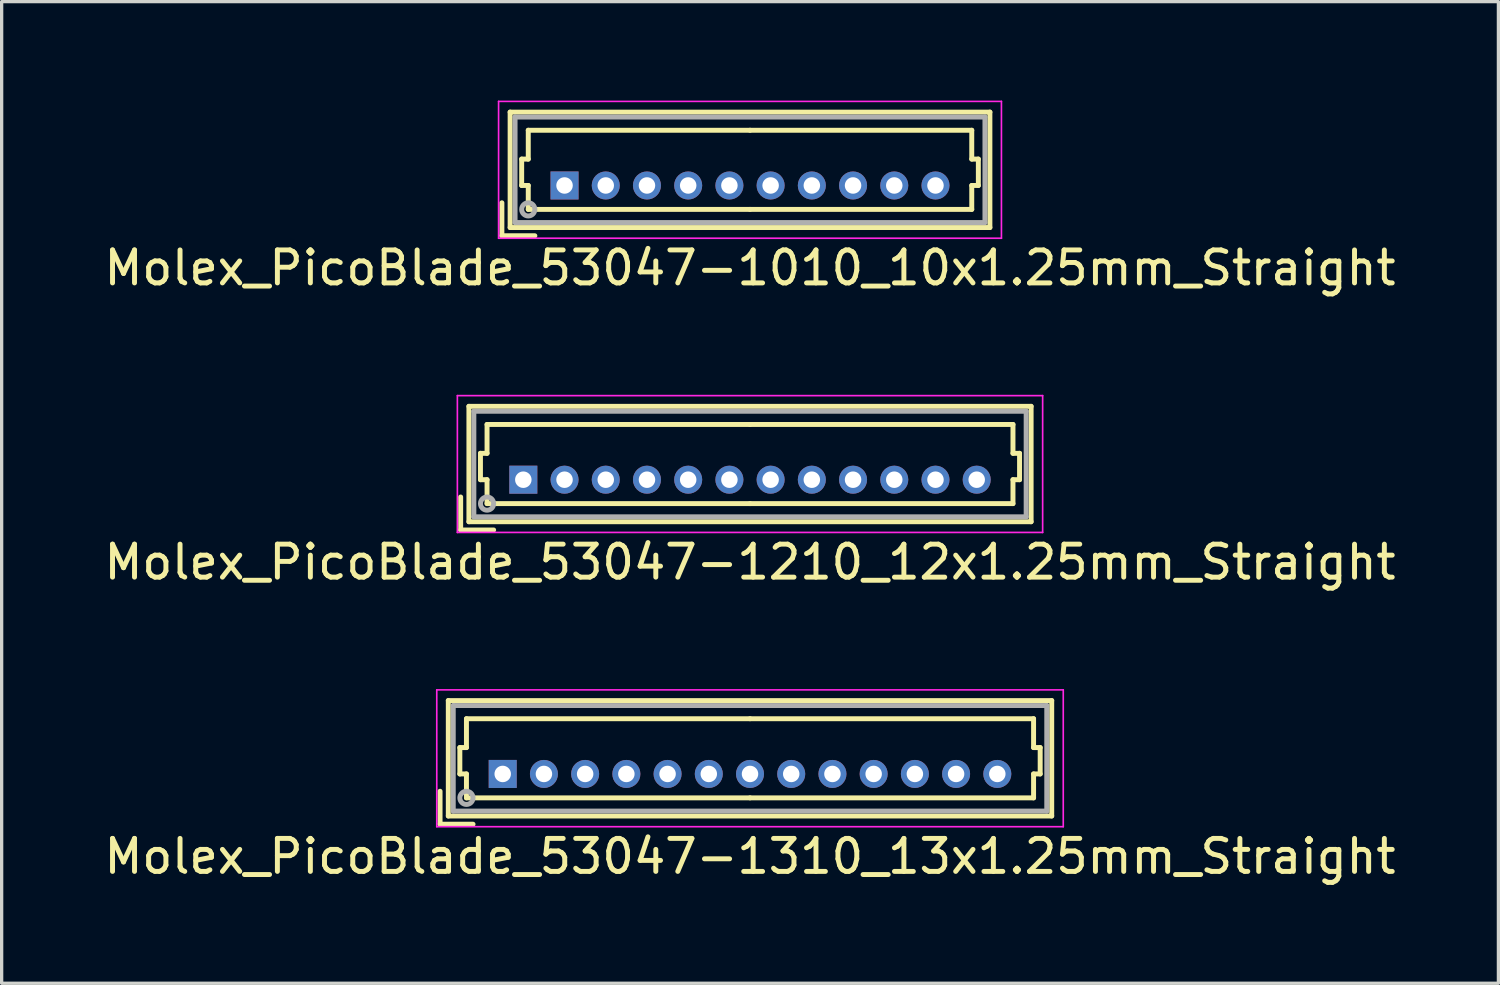
<source format=kicad_pcb>
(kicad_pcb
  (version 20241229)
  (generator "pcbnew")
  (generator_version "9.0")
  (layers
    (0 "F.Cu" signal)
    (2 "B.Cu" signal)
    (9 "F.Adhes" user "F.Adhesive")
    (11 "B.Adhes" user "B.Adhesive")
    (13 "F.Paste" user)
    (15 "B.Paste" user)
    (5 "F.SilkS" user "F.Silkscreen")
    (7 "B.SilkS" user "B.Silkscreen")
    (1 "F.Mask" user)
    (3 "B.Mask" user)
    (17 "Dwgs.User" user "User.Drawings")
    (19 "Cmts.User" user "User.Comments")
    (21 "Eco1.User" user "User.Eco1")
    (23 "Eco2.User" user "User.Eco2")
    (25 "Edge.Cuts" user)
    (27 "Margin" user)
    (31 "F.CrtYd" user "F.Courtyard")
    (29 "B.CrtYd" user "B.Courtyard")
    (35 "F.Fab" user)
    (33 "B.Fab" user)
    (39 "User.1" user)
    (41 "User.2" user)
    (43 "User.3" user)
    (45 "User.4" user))
  (footprint "Molex_PicoBlade_53047-1310_13x1.25mm_Straight"
    (layer "F.Cu")
    (at 12.196 20.422)
    (property "Reference" "Molex_PicoBlade_53047-1310_13x1.25mm_Straight" (at 7.5 2.5 0) (layer "F.SilkS") (effects (font (size 1 1) (thickness 0.15))))
    (attr through_hole)
    (fp_line (start -1.9 1.525) (end -1.9 0.525) (stroke (width 0.15) (type solid)) (layer "F.SilkS"))
    (fp_line (start -1.9 1.525) (end -0.9 1.525) (stroke (width 0.15) (type solid)) (layer "F.SilkS"))
    (fp_line (start -1.65 -2.225) (end -1.65 1.275) (stroke (width 0.15) (type solid)) (layer "F.SilkS"))
    (fp_line (start -1.65 1.275) (end 16.65 1.275) (stroke (width 0.15) (type solid)) (layer "F.SilkS"))
    (fp_line (start -1.3 -0.8) (end -1.1 -0.8) (stroke (width 0.15) (type solid)) (layer "F.SilkS"))
    (fp_line (start -1.3 0) (end -1.3 -0.8) (stroke (width 0.15) (type solid)) (layer "F.SilkS"))
    (fp_line (start -1.1 -1.675) (end 7.5 -1.675) (stroke (width 0.15) (type solid)) (layer "F.SilkS"))
    (fp_line (start -1.1 -0.8) (end -1.1 -1.675) (stroke (width 0.15) (type solid)) (layer "F.SilkS"))
    (fp_line (start -1.1 0) (end -1.3 0) (stroke (width 0.15) (type solid)) (layer "F.SilkS"))
    (fp_line (start -1.1 0.725) (end -1.1 0) (stroke (width 0.15) (type solid)) (layer "F.SilkS"))
    (fp_line (start 7.5 0.725) (end -1.1 0.725) (stroke (width 0.15) (type solid)) (layer "F.SilkS"))
    (fp_line (start 7.5 0.725) (end 16.1 0.725) (stroke (width 0.15) (type solid)) (layer "F.SilkS"))
    (fp_line (start 16.1 -1.675) (end 7.5 -1.675) (stroke (width 0.15) (type solid)) (layer "F.SilkS"))
    (fp_line (start 16.1 -0.8) (end 16.1 -1.675) (stroke (width 0.15) (type solid)) (layer "F.SilkS"))
    (fp_line (start 16.1 0) (end 16.3 0) (stroke (width 0.15) (type solid)) (layer "F.SilkS"))
    (fp_line (start 16.1 0.725) (end 16.1 0) (stroke (width 0.15) (type solid)) (layer "F.SilkS"))
    (fp_line (start 16.3 -0.8) (end 16.1 -0.8) (stroke (width 0.15) (type solid)) (layer "F.SilkS"))
    (fp_line (start 16.3 0) (end 16.3 -0.8) (stroke (width 0.15) (type solid)) (layer "F.SilkS"))
    (fp_line (start 16.65 -2.225) (end -1.65 -2.225) (stroke (width 0.15) (type solid)) (layer "F.SilkS"))
    (fp_line (start 16.65 1.275) (end 16.65 -2.225) (stroke (width 0.15) (type solid)) (layer "F.SilkS"))
    (fp_line (start -2 -2.55) (end -2 1.6) (stroke (width 0.05) (type solid)) (layer "F.CrtYd"))
    (fp_line (start -2 1.6) (end 17 1.6) (stroke (width 0.05) (type solid)) (layer "F.CrtYd"))
    (fp_line (start 17 -2.55) (end -2 -2.55) (stroke (width 0.05) (type solid)) (layer "F.CrtYd"))
    (fp_line (start 17 1.6) (end 17 -2.55) (stroke (width 0.05) (type solid)) (layer "F.CrtYd"))
    (fp_line (start -1.5 -2.075) (end -1.5 1.125) (stroke (width 0.15) (type solid)) (layer "F.Fab"))
    (fp_line (start -1.5 1.125) (end 16.5 1.125) (stroke (width 0.15) (type solid)) (layer "F.Fab"))
    (fp_line (start 16.5 -2.075) (end -1.5 -2.075) (stroke (width 0.15) (type solid)) (layer "F.Fab"))
    (fp_line (start 16.5 1.125) (end 16.5 -2.075) (stroke (width 0.15) (type solid)) (layer "F.Fab"))
    (fp_circle (center -1.1 0.725) (end -0.9 0.725) (stroke (width 0.15) (type solid)) (fill no) (layer "F.Fab"))
    (pad "1" thru_hole rect (at 0 0) (size 0.85 0.85) (drill 0.5) (layers "*.Cu" "*.Mask"))
    (pad "2" thru_hole circle (at 1.25 0) (size 0.85 0.85) (drill 0.5) (layers "*.Cu" "*.Mask"))
    (pad "3" thru_hole circle (at 2.5 0) (size 0.85 0.85) (drill 0.5) (layers "*.Cu" "*.Mask"))
    (pad "4" thru_hole circle (at 3.75 0) (size 0.85 0.85) (drill 0.5) (layers "*.Cu" "*.Mask"))
    (pad "5" thru_hole circle (at 5 0) (size 0.85 0.85) (drill 0.5) (layers "*.Cu" "*.Mask"))
    (pad "6" thru_hole circle (at 6.25 0) (size 0.85 0.85) (drill 0.5) (layers "*.Cu" "*.Mask"))
    (pad "7" thru_hole circle (at 7.5 0) (size 0.85 0.85) (drill 0.5) (layers "*.Cu" "*.Mask"))
    (pad "8" thru_hole circle (at 8.75 0) (size 0.85 0.85) (drill 0.5) (layers "*.Cu" "*.Mask"))
    (pad "9" thru_hole circle (at 10 0) (size 0.85 0.85) (drill 0.5) (layers "*.Cu" "*.Mask"))
    (pad "10" thru_hole circle (at 11.25 0) (size 0.85 0.85) (drill 0.5) (layers "*.Cu" "*.Mask"))
    (pad "11" thru_hole circle (at 12.5 0) (size 0.85 0.85) (drill 0.5) (layers "*.Cu" "*.Mask"))
    (pad "12" thru_hole circle (at 13.75 0) (size 0.85 0.85) (drill 0.5) (layers "*.Cu" "*.Mask"))
    (pad "13" thru_hole circle (at 15 0) (size 0.85 0.85) (drill 0.5) (layers "*.Cu" "*.Mask")))
  (footprint "Molex_PicoBlade_53047-1010_10x1.25mm_Straight"
    (layer "F.Cu")
    (at 14.071 2.575)
    (property "Reference" "Molex_PicoBlade_53047-1010_10x1.25mm_Straight" (at 5.625 2.5 0) (layer "F.SilkS") (effects (font (size 1 1) (thickness 0.15))))
    (attr through_hole)
    (fp_line (start -1.9 1.525) (end -1.9 0.525) (stroke (width 0.15) (type solid)) (layer "F.SilkS"))
    (fp_line (start -1.9 1.525) (end -0.9 1.525) (stroke (width 0.15) (type solid)) (layer "F.SilkS"))
    (fp_line (start -1.65 -2.225) (end -1.65 1.275) (stroke (width 0.15) (type solid)) (layer "F.SilkS"))
    (fp_line (start -1.65 1.275) (end 12.9 1.275) (stroke (width 0.15) (type solid)) (layer "F.SilkS"))
    (fp_line (start -1.3 -0.8) (end -1.1 -0.8) (stroke (width 0.15) (type solid)) (layer "F.SilkS"))
    (fp_line (start -1.3 0) (end -1.3 -0.8) (stroke (width 0.15) (type solid)) (layer "F.SilkS"))
    (fp_line (start -1.1 -1.675) (end 5.625 -1.675) (stroke (width 0.15) (type solid)) (layer "F.SilkS"))
    (fp_line (start -1.1 -0.8) (end -1.1 -1.675) (stroke (width 0.15) (type solid)) (layer "F.SilkS"))
    (fp_line (start -1.1 0) (end -1.3 0) (stroke (width 0.15) (type solid)) (layer "F.SilkS"))
    (fp_line (start -1.1 0.725) (end -1.1 0) (stroke (width 0.15) (type solid)) (layer "F.SilkS"))
    (fp_line (start 5.625 0.725) (end -1.1 0.725) (stroke (width 0.15) (type solid)) (layer "F.SilkS"))
    (fp_line (start 5.625 0.725) (end 12.35 0.725) (stroke (width 0.15) (type solid)) (layer "F.SilkS"))
    (fp_line (start 12.35 -1.675) (end 5.625 -1.675) (stroke (width 0.15) (type solid)) (layer "F.SilkS"))
    (fp_line (start 12.35 -0.8) (end 12.35 -1.675) (stroke (width 0.15) (type solid)) (layer "F.SilkS"))
    (fp_line (start 12.35 0) (end 12.55 0) (stroke (width 0.15) (type solid)) (layer "F.SilkS"))
    (fp_line (start 12.35 0.725) (end 12.35 0) (stroke (width 0.15) (type solid)) (layer "F.SilkS"))
    (fp_line (start 12.55 -0.8) (end 12.35 -0.8) (stroke (width 0.15) (type solid)) (layer "F.SilkS"))
    (fp_line (start 12.55 0) (end 12.55 -0.8) (stroke (width 0.15) (type solid)) (layer "F.SilkS"))
    (fp_line (start 12.9 -2.225) (end -1.65 -2.225) (stroke (width 0.15) (type solid)) (layer "F.SilkS"))
    (fp_line (start 12.9 1.275) (end 12.9 -2.225) (stroke (width 0.15) (type solid)) (layer "F.SilkS"))
    (fp_line (start -2 -2.55) (end -2 1.6) (stroke (width 0.05) (type solid)) (layer "F.CrtYd"))
    (fp_line (start -2 1.6) (end 13.25 1.6) (stroke (width 0.05) (type solid)) (layer "F.CrtYd"))
    (fp_line (start 13.25 -2.55) (end -2 -2.55) (stroke (width 0.05) (type solid)) (layer "F.CrtYd"))
    (fp_line (start 13.25 1.6) (end 13.25 -2.55) (stroke (width 0.05) (type solid)) (layer "F.CrtYd"))
    (fp_line (start -1.5 -2.075) (end -1.5 1.125) (stroke (width 0.15) (type solid)) (layer "F.Fab"))
    (fp_line (start -1.5 1.125) (end 12.75 1.125) (stroke (width 0.15) (type solid)) (layer "F.Fab"))
    (fp_line (start 12.75 -2.075) (end -1.5 -2.075) (stroke (width 0.15) (type solid)) (layer "F.Fab"))
    (fp_line (start 12.75 1.125) (end 12.75 -2.075) (stroke (width 0.15) (type solid)) (layer "F.Fab"))
    (fp_circle (center -1.1 0.725) (end -0.9 0.725) (stroke (width 0.15) (type solid)) (fill no) (layer "F.Fab"))
    (pad "1" thru_hole rect (at 0 0) (size 0.85 0.85) (drill 0.5) (layers "*.Cu" "*.Mask"))
    (pad "2" thru_hole circle (at 1.25 0) (size 0.85 0.85) (drill 0.5) (layers "*.Cu" "*.Mask"))
    (pad "3" thru_hole circle (at 2.5 0) (size 0.85 0.85) (drill 0.5) (layers "*.Cu" "*.Mask"))
    (pad "4" thru_hole circle (at 3.75 0) (size 0.85 0.85) (drill 0.5) (layers "*.Cu" "*.Mask"))
    (pad "5" thru_hole circle (at 5 0) (size 0.85 0.85) (drill 0.5) (layers "*.Cu" "*.Mask"))
    (pad "6" thru_hole circle (at 6.25 0) (size 0.85 0.85) (drill 0.5) (layers "*.Cu" "*.Mask"))
    (pad "7" thru_hole circle (at 7.5 0) (size 0.85 0.85) (drill 0.5) (layers "*.Cu" "*.Mask"))
    (pad "8" thru_hole circle (at 8.75 0) (size 0.85 0.85) (drill 0.5) (layers "*.Cu" "*.Mask"))
    (pad "9" thru_hole circle (at 10 0) (size 0.85 0.85) (drill 0.5) (layers "*.Cu" "*.Mask"))
    (pad "10" thru_hole circle (at 11.25 0) (size 0.85 0.85) (drill 0.5) (layers "*.Cu" "*.Mask")))
  (footprint "Molex_PicoBlade_53047-1210_12x1.25mm_Straight"
    (layer "F.Cu")
    (at 12.821 11.498)
    (property "Reference" "Molex_PicoBlade_53047-1210_12x1.25mm_Straight" (at 6.875 2.5 0) (layer "F.SilkS") (effects (font (size 1 1) (thickness 0.15))))
    (attr through_hole)
    (fp_line (start -1.9 1.525) (end -1.9 0.525) (stroke (width 0.15) (type solid)) (layer "F.SilkS"))
    (fp_line (start -1.9 1.525) (end -0.9 1.525) (stroke (width 0.15) (type solid)) (layer "F.SilkS"))
    (fp_line (start -1.65 -2.225) (end -1.65 1.275) (stroke (width 0.15) (type solid)) (layer "F.SilkS"))
    (fp_line (start -1.65 1.275) (end 15.4 1.275) (stroke (width 0.15) (type solid)) (layer "F.SilkS"))
    (fp_line (start -1.3 -0.8) (end -1.1 -0.8) (stroke (width 0.15) (type solid)) (layer "F.SilkS"))
    (fp_line (start -1.3 0) (end -1.3 -0.8) (stroke (width 0.15) (type solid)) (layer "F.SilkS"))
    (fp_line (start -1.1 -1.675) (end 6.875 -1.675) (stroke (width 0.15) (type solid)) (layer "F.SilkS"))
    (fp_line (start -1.1 -0.8) (end -1.1 -1.675) (stroke (width 0.15) (type solid)) (layer "F.SilkS"))
    (fp_line (start -1.1 0) (end -1.3 0) (stroke (width 0.15) (type solid)) (layer "F.SilkS"))
    (fp_line (start -1.1 0.725) (end -1.1 0) (stroke (width 0.15) (type solid)) (layer "F.SilkS"))
    (fp_line (start 6.875 0.725) (end -1.1 0.725) (stroke (width 0.15) (type solid)) (layer "F.SilkS"))
    (fp_line (start 6.875 0.725) (end 14.85 0.725) (stroke (width 0.15) (type solid)) (layer "F.SilkS"))
    (fp_line (start 14.85 -1.675) (end 6.875 -1.675) (stroke (width 0.15) (type solid)) (layer "F.SilkS"))
    (fp_line (start 14.85 -0.8) (end 14.85 -1.675) (stroke (width 0.15) (type solid)) (layer "F.SilkS"))
    (fp_line (start 14.85 0) (end 15.05 0) (stroke (width 0.15) (type solid)) (layer "F.SilkS"))
    (fp_line (start 14.85 0.725) (end 14.85 0) (stroke (width 0.15) (type solid)) (layer "F.SilkS"))
    (fp_line (start 15.05 -0.8) (end 14.85 -0.8) (stroke (width 0.15) (type solid)) (layer "F.SilkS"))
    (fp_line (start 15.05 0) (end 15.05 -0.8) (stroke (width 0.15) (type solid)) (layer "F.SilkS"))
    (fp_line (start 15.4 -2.225) (end -1.65 -2.225) (stroke (width 0.15) (type solid)) (layer "F.SilkS"))
    (fp_line (start 15.4 1.275) (end 15.4 -2.225) (stroke (width 0.15) (type solid)) (layer "F.SilkS"))
    (fp_line (start -2 -2.55) (end -2 1.6) (stroke (width 0.05) (type solid)) (layer "F.CrtYd"))
    (fp_line (start -2 1.6) (end 15.75 1.6) (stroke (width 0.05) (type solid)) (layer "F.CrtYd"))
    (fp_line (start 15.75 -2.55) (end -2 -2.55) (stroke (width 0.05) (type solid)) (layer "F.CrtYd"))
    (fp_line (start 15.75 1.6) (end 15.75 -2.55) (stroke (width 0.05) (type solid)) (layer "F.CrtYd"))
    (fp_line (start -1.5 -2.075) (end -1.5 1.125) (stroke (width 0.15) (type solid)) (layer "F.Fab"))
    (fp_line (start -1.5 1.125) (end 15.25 1.125) (stroke (width 0.15) (type solid)) (layer "F.Fab"))
    (fp_line (start 15.25 -2.075) (end -1.5 -2.075) (stroke (width 0.15) (type solid)) (layer "F.Fab"))
    (fp_line (start 15.25 1.125) (end 15.25 -2.075) (stroke (width 0.15) (type solid)) (layer "F.Fab"))
    (fp_circle (center -1.1 0.725) (end -0.9 0.725) (stroke (width 0.15) (type solid)) (fill no) (layer "F.Fab"))
    (pad "1" thru_hole rect (at 0 0) (size 0.85 0.85) (drill 0.5) (layers "*.Cu" "*.Mask"))
    (pad "2" thru_hole circle (at 1.25 0) (size 0.85 0.85) (drill 0.5) (layers "*.Cu" "*.Mask"))
    (pad "3" thru_hole circle (at 2.5 0) (size 0.85 0.85) (drill 0.5) (layers "*.Cu" "*.Mask"))
    (pad "4" thru_hole circle (at 3.75 0) (size 0.85 0.85) (drill 0.5) (layers "*.Cu" "*.Mask"))
    (pad "5" thru_hole circle (at 5 0) (size 0.85 0.85) (drill 0.5) (layers "*.Cu" "*.Mask"))
    (pad "6" thru_hole circle (at 6.25 0) (size 0.85 0.85) (drill 0.5) (layers "*.Cu" "*.Mask"))
    (pad "7" thru_hole circle (at 7.5 0) (size 0.85 0.85) (drill 0.5) (layers "*.Cu" "*.Mask"))
    (pad "8" thru_hole circle (at 8.75 0) (size 0.85 0.85) (drill 0.5) (layers "*.Cu" "*.Mask"))
    (pad "9" thru_hole circle (at 10 0) (size 0.85 0.85) (drill 0.5) (layers "*.Cu" "*.Mask"))
    (pad "10" thru_hole circle (at 11.25 0) (size 0.85 0.85) (drill 0.5) (layers "*.Cu" "*.Mask"))
    (pad "11" thru_hole circle (at 12.5 0) (size 0.85 0.85) (drill 0.5) (layers "*.Cu" "*.Mask"))
    (pad "12" thru_hole circle (at 13.75 0) (size 0.85 0.85) (drill 0.5) (layers "*.Cu" "*.Mask")))
  (gr_rect
    (start -3 -3)
    (end 42.393 26.77)
    (stroke (width 0.1) (type default))
    (fill no)
    (layer "Edge.Cuts")))
</source>
